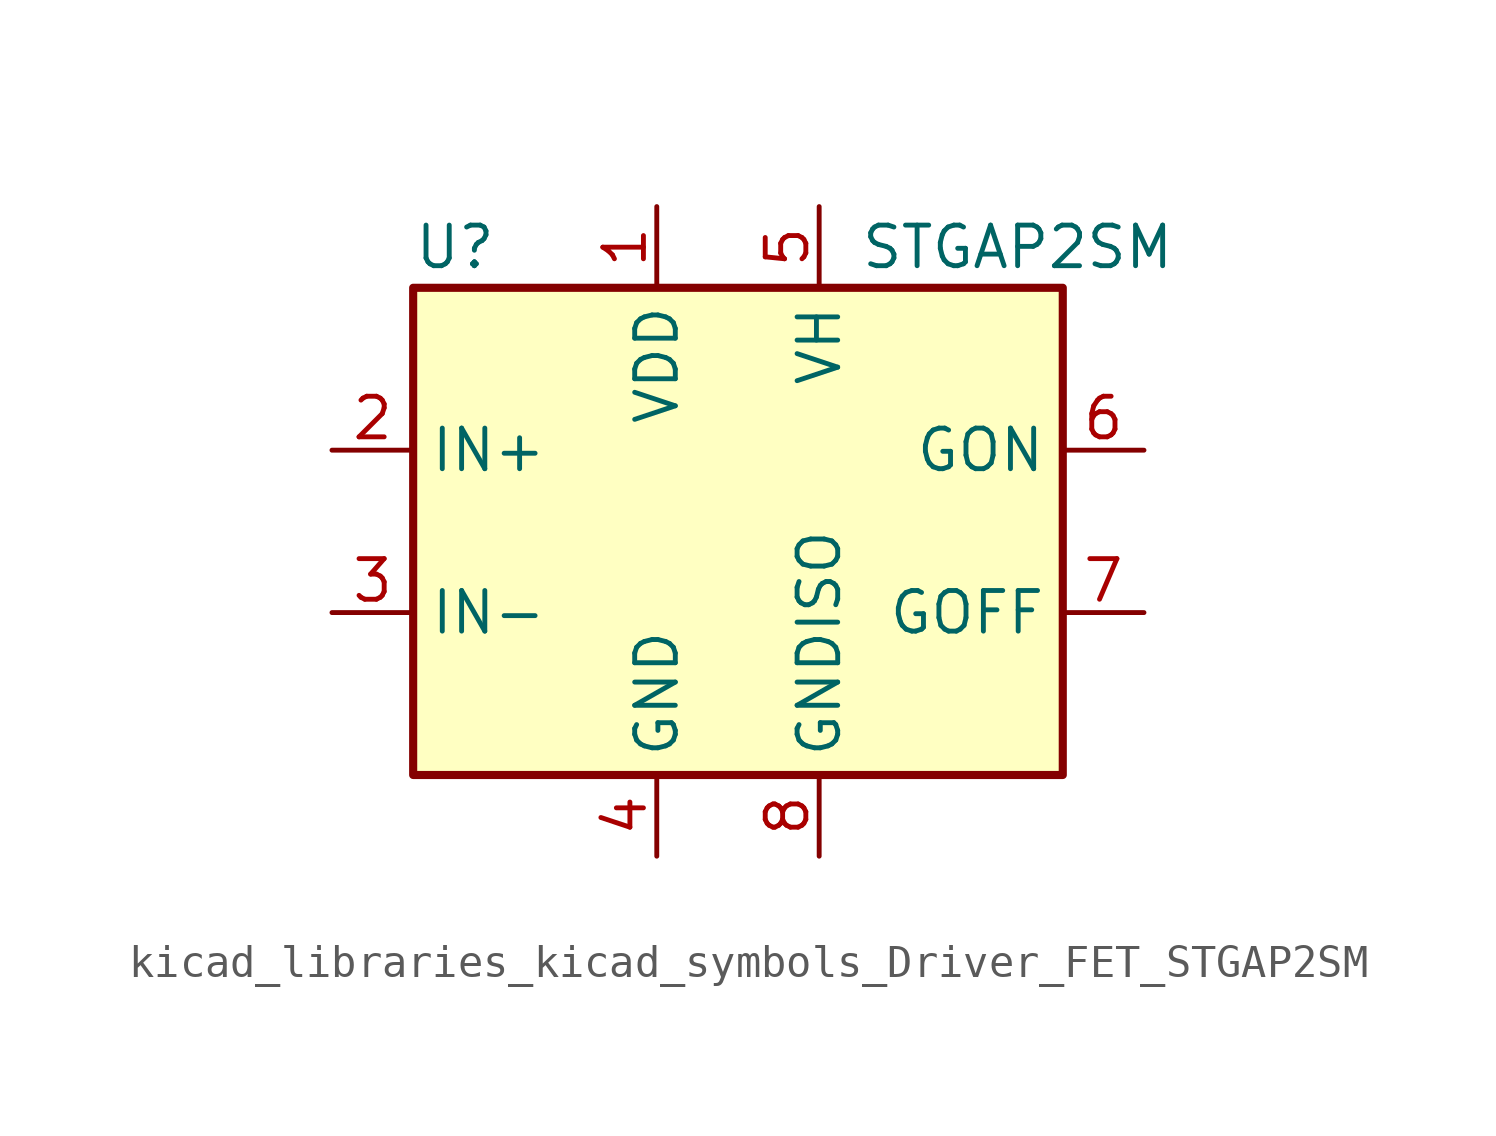
<source format=kicad_sym>
(kicad_symbol_lib
  (version 20220914)
  (generator kicad_symbol_editor)
  (symbol "kicad_libraries_kicad_symbols_Driver_FET_STGAP2SM"
    (property "Reference" "U"
      (at -10.16 8.89 0)
      (effects (font (size 1.27 1.27)) (justify left)))
    (property "Value" "STGAP2SM"
      (at 3.81 8.89 0)
      (effects (font (size 1.27 1.27)) (justify left)))
    (symbol "kicad_libraries_kicad_symbols_Driver_FET_STGAP2SM_0_1"
      (rectangle (start -10.16 -7.62) (end 10.16 7.62) (stroke (width 0.254) (type default)) (fill (type background))))
    (symbol "kicad_libraries_kicad_symbols_Driver_FET_STGAP2SM_1_1"
      (pin power_in line (at -2.54 10.16 270) (length 2.54) (name "VDD" (effects (font (size 1.27 1.27)))) (number "1" (effects (font (size 1.27 1.27)))))
      (pin input line (at -12.7 2.54 0) (length 2.54) (name "IN+" (effects (font (size 1.27 1.27)))) (number "2" (effects (font (size 1.27 1.27)))))
      (pin input line (at -12.7 -2.54 0) (length 2.54) (name "IN-" (effects (font (size 1.27 1.27)))) (number "3" (effects (font (size 1.27 1.27)))))
      (pin power_in line (at -2.54 -10.16 90) (length 2.54) (name "GND" (effects (font (size 1.27 1.27)))) (number "4" (effects (font (size 1.27 1.27)))))
      (pin power_in line (at 2.54 10.16 270) (length 2.54) (name "VH" (effects (font (size 1.27 1.27)))) (number "5" (effects (font (size 1.27 1.27)))))
      (pin output line (at 12.7 2.54 180) (length 2.54) (name "GON" (effects (font (size 1.27 1.27)))) (number "6" (effects (font (size 1.27 1.27)))))
      (pin output line (at 12.7 -2.54 180) (length 2.54) (name "GOFF" (effects (font (size 1.27 1.27)))) (number "7" (effects (font (size 1.27 1.27)))))
      (pin power_in line (at 2.54 -10.16 90) (length 2.54) (name "GNDISO" (effects (font (size 1.27 1.27)))) (number "8" (effects (font (size 1.27 1.27))))))))
</source>
